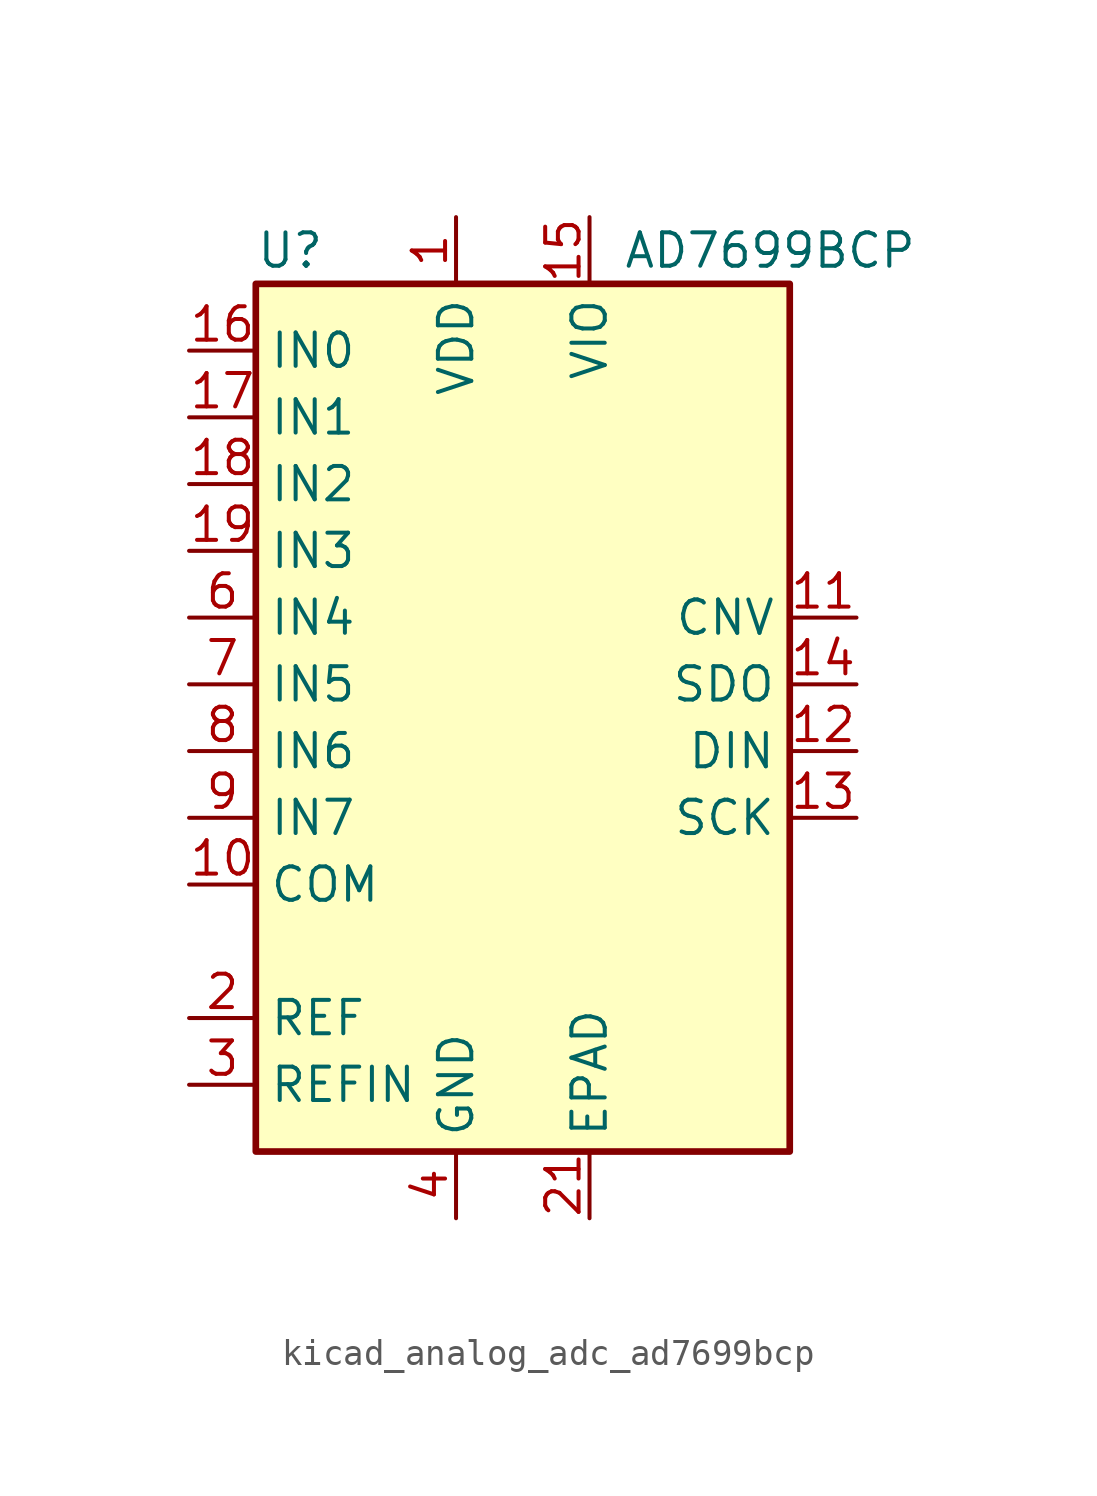
<source format=kicad_sym>
(kicad_symbol_lib
  (version 20220914)
  (generator kicad_symbol_editor)
  (symbol "kicad_analog_adc_ad7699bcp"
    (property "Reference" "U"
      (at -10.16 16.51 0)
      (effects (font (size 1.27 1.27)) (justify left)))
    (property "Value" "AD7699BCP"
      (at 3.81 16.51 0)
      (effects (font (size 1.27 1.27)) (justify left)))
    (symbol "kicad_analog_adc_ad7699bcp_0_1"
      (rectangle (start -10.16 15.24) (end 10.16 -17.78) (stroke (width 0.254) (type default)) (fill (type background))))
    (symbol "kicad_analog_adc_ad7699bcp_1_1"
      (pin power_in line (at -2.54 17.78 270) (length 2.54) (name "VDD" (effects (font (size 1.27 1.27)))) (number "1" (effects (font (size 1.27 1.27)))))
      (pin input line (at -12.7 -7.62 0) (length 2.54) (name "COM" (effects (font (size 1.27 1.27)))) (number "10" (effects (font (size 1.27 1.27)))))
      (pin input line (at 12.7 2.54 180) (length 2.54) (name "CNV" (effects (font (size 1.27 1.27)))) (number "11" (effects (font (size 1.27 1.27)))))
      (pin input line (at 12.7 -2.54 180) (length 2.54) (name "DIN" (effects (font (size 1.27 1.27)))) (number "12" (effects (font (size 1.27 1.27)))))
      (pin input line (at 12.7 -5.08 180) (length 2.54) (name "SCK" (effects (font (size 1.27 1.27)))) (number "13" (effects (font (size 1.27 1.27)))))
      (pin output line (at 12.7 0 180) (length 2.54) (name "SDO" (effects (font (size 1.27 1.27)))) (number "14" (effects (font (size 1.27 1.27)))))
      (pin power_in line (at 2.54 17.78 270) (length 2.54) (name "VIO" (effects (font (size 1.27 1.27)))) (number "15" (effects (font (size 1.27 1.27)))))
      (pin input line (at -12.7 12.7 0) (length 2.54) (name "IN0" (effects (font (size 1.27 1.27)))) (number "16" (effects (font (size 1.27 1.27)))))
      (pin input line (at -12.7 10.16 0) (length 2.54) (name "IN1" (effects (font (size 1.27 1.27)))) (number "17" (effects (font (size 1.27 1.27)))))
      (pin input line (at -12.7 7.62 0) (length 2.54) (name "IN2" (effects (font (size 1.27 1.27)))) (number "18" (effects (font (size 1.27 1.27)))))
      (pin input line (at -12.7 5.08 0) (length 2.54) (name "IN3" (effects (font (size 1.27 1.27)))) (number "19" (effects (font (size 1.27 1.27)))))
      (pin passive line (at -12.7 -12.7 0) (length 2.54) (name "REF" (effects (font (size 1.27 1.27)))) (number "2" (effects (font (size 1.27 1.27)))))
      (pin passive line (at -2.54 17.78 270) (length 2.54) hide (name "VDD" (effects (font (size 1.27 1.27)))) (number "20" (effects (font (size 1.27 1.27)))))
      (pin power_in line (at 2.54 -20.32 90) (length 2.54) (name "EPAD" (effects (font (size 1.27 1.27)))) (number "21" (effects (font (size 1.27 1.27)))))
      (pin passive line (at -12.7 -15.24 0) (length 2.54) (name "REFIN" (effects (font (size 1.27 1.27)))) (number "3" (effects (font (size 1.27 1.27)))))
      (pin power_in line (at -2.54 -20.32 90) (length 2.54) (name "GND" (effects (font (size 1.27 1.27)))) (number "4" (effects (font (size 1.27 1.27)))))
      (pin passive line (at -2.54 -20.32 90) (length 2.54) hide (name "GND" (effects (font (size 1.27 1.27)))) (number "5" (effects (font (size 1.27 1.27)))))
      (pin input line (at -12.7 2.54 0) (length 2.54) (name "IN4" (effects (font (size 1.27 1.27)))) (number "6" (effects (font (size 1.27 1.27)))))
      (pin input line (at -12.7 0 0) (length 2.54) (name "IN5" (effects (font (size 1.27 1.27)))) (number "7" (effects (font (size 1.27 1.27)))))
      (pin input line (at -12.7 -2.54 0) (length 2.54) (name "IN6" (effects (font (size 1.27 1.27)))) (number "8" (effects (font (size 1.27 1.27)))))
      (pin input line (at -12.7 -5.08 0) (length 2.54) (name "IN7" (effects (font (size 1.27 1.27)))) (number "9" (effects (font (size 1.27 1.27))))))))
</source>
